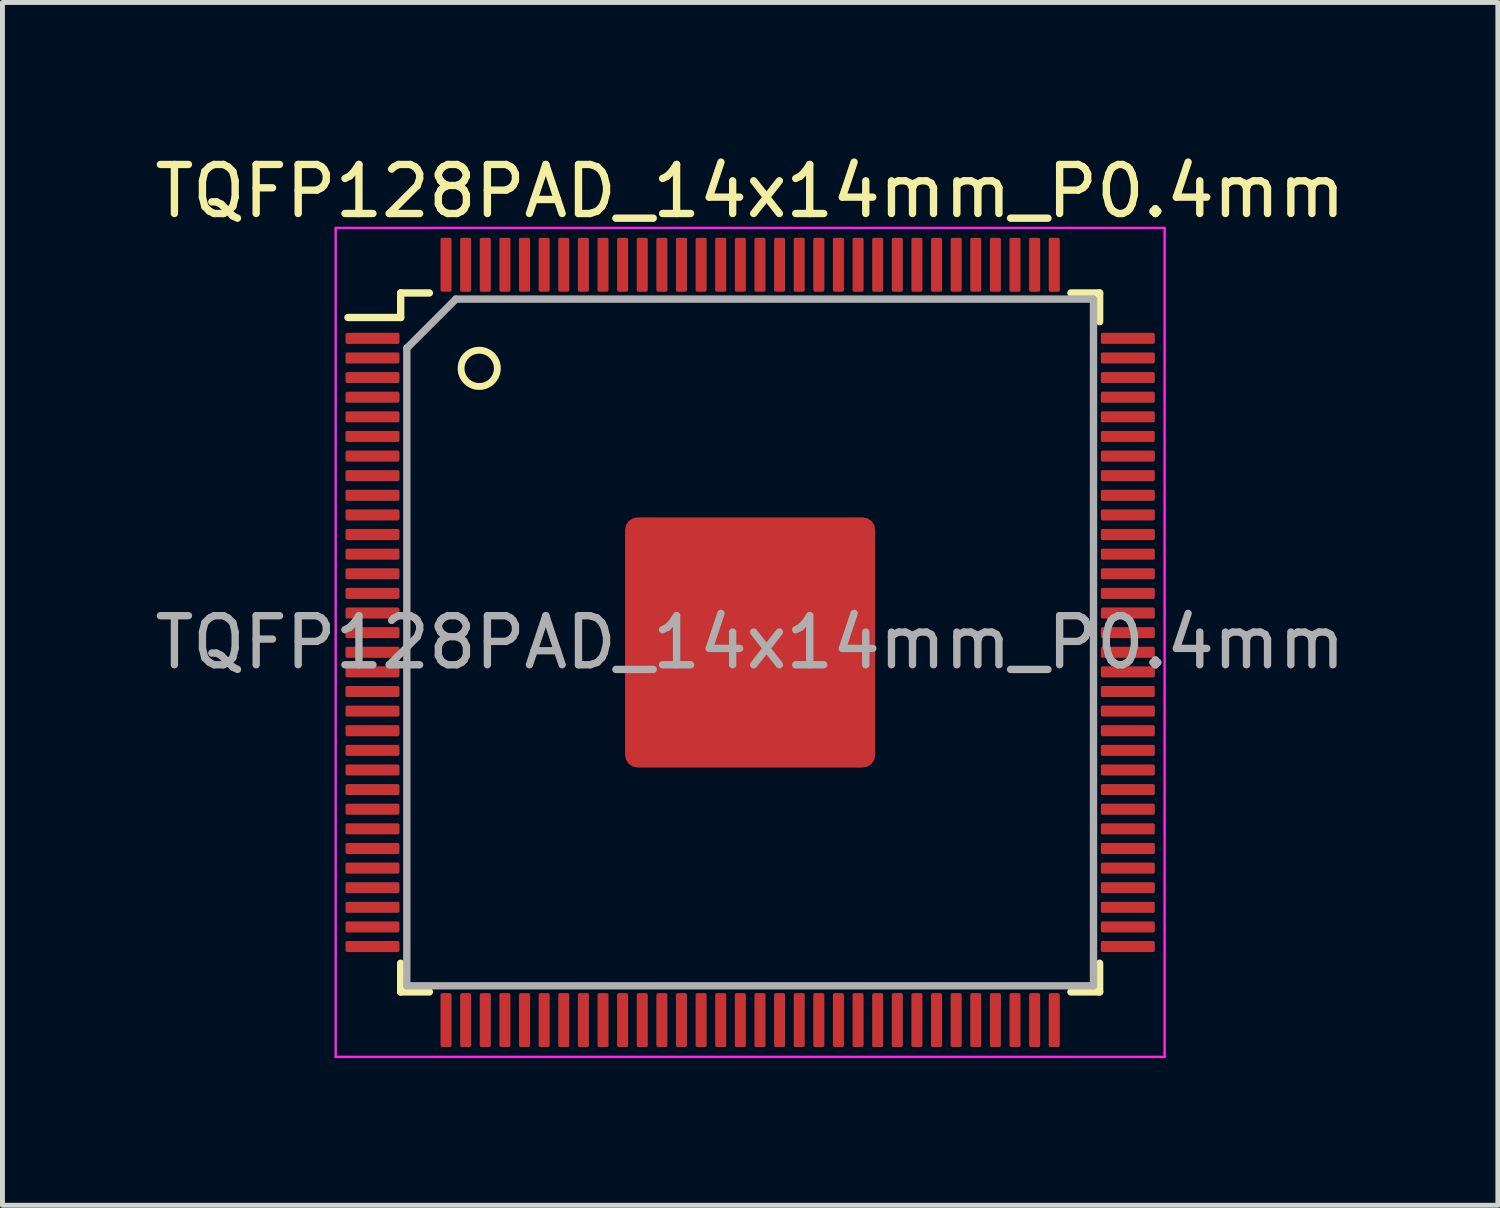
<source format=kicad_pcb>
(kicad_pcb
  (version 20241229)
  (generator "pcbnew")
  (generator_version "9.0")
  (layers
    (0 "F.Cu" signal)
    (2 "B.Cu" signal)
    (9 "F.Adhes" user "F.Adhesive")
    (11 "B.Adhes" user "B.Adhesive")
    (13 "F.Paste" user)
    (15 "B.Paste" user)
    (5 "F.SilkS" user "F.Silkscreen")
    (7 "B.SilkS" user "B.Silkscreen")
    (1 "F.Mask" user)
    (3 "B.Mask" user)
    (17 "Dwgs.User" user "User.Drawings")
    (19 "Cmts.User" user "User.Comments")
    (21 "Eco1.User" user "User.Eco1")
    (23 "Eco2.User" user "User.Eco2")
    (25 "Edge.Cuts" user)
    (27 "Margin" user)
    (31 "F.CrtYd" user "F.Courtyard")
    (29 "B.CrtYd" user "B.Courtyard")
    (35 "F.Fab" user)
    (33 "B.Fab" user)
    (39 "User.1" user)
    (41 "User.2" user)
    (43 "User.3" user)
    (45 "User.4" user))
  (footprint "TQFP128PAD_14x14mm_P0.4mm"
    (layer "F.Cu")
    (at 12.244 10.048)
    (property "Reference" "TQFP128PAD_14x14mm_P0.4mm" (at 0 -9.2 0) (layer "F.SilkS") (effects (font (size 1 1) (thickness 0.15))))
    (attr smd)
    (fp_line (start -7.125 -7.125) (end -7.125 -6.625) (stroke (width 0.15) (type solid)) (layer "F.SilkS"))
    (fp_line (start -7.125 -7.125) (end -6.54 -7.125) (stroke (width 0.15) (type solid)) (layer "F.SilkS"))
    (fp_line (start -7.125 -6.625) (end -8.2 -6.625) (stroke (width 0.15) (type solid)) (layer "F.SilkS"))
    (fp_line (start -7.125 7.125) (end -7.125 6.54) (stroke (width 0.15) (type solid)) (layer "F.SilkS"))
    (fp_line (start -7.125 7.125) (end -6.54 7.125) (stroke (width 0.15) (type solid)) (layer "F.SilkS"))
    (fp_line (start 7.125 -7.125) (end 6.54 -7.125) (stroke (width 0.15) (type solid)) (layer "F.SilkS"))
    (fp_line (start 7.125 -7.125) (end 7.125 -6.54) (stroke (width 0.15) (type solid)) (layer "F.SilkS"))
    (fp_line (start 7.125 7.125) (end 6.54 7.125) (stroke (width 0.15) (type solid)) (layer "F.SilkS"))
    (fp_line (start 7.125 7.125) (end 7.125 6.54) (stroke (width 0.15) (type solid)) (layer "F.SilkS"))
    (fp_circle (center -5.524 -5.588) (end -5.334 -5.271) (stroke (width 0.14) (type solid)) (fill no) (layer "F.SilkS"))
    (fp_line (start -8.45 -8.45) (end -8.45 8.45) (stroke (width 0.05) (type solid)) (layer "F.CrtYd"))
    (fp_line (start -8.45 -8.45) (end 8.45 -8.45) (stroke (width 0.05) (type solid)) (layer "F.CrtYd"))
    (fp_line (start -8.45 8.45) (end 8.45 8.45) (stroke (width 0.05) (type solid)) (layer "F.CrtYd"))
    (fp_line (start 8.45 -8.45) (end 8.45 8.45) (stroke (width 0.05) (type solid)) (layer "F.CrtYd"))
    (fp_line (start -7 -6) (end -6 -7) (stroke (width 0.15) (type solid)) (layer "F.Fab"))
    (fp_line (start -7 7) (end -7 -6) (stroke (width 0.15) (type solid)) (layer "F.Fab"))
    (fp_line (start -6 -7) (end 7 -7) (stroke (width 0.15) (type solid)) (layer "F.Fab"))
    (fp_line (start 7 -7) (end 7 7) (stroke (width 0.15) (type solid)) (layer "F.Fab"))
    (fp_line (start 7 7) (end -7 7) (stroke (width 0.15) (type solid)) (layer "F.Fab"))
    (fp_text user "${REFERENCE}" (at 0 0 0) (layer "F.Fab") (effects (font (size 1 1) (thickness 0.15))))
    (pad "1" smd roundrect (at -7.7 -6.2) (size 1.1 0.225) (layers "F.Cu" "F.Mask" "F.Paste") (roundrect_rratio 0.15))
    (pad "2" smd roundrect (at -7.7 -5.8) (size 1.1 0.225) (layers "F.Cu" "F.Mask" "F.Paste") (roundrect_rratio 0.15))
    (pad "3" smd roundrect (at -7.7 -5.4) (size 1.1 0.225) (layers "F.Cu" "F.Mask" "F.Paste") (roundrect_rratio 0.15))
    (pad "4" smd roundrect (at -7.7 -5) (size 1.1 0.225) (layers "F.Cu" "F.Mask" "F.Paste") (roundrect_rratio 0.15))
    (pad "5" smd roundrect (at -7.7 -4.6) (size 1.1 0.225) (layers "F.Cu" "F.Mask" "F.Paste") (roundrect_rratio 0.15))
    (pad "6" smd roundrect (at -7.7 -4.2) (size 1.1 0.225) (layers "F.Cu" "F.Mask" "F.Paste") (roundrect_rratio 0.15))
    (pad "7" smd roundrect (at -7.7 -3.8) (size 1.1 0.225) (layers "F.Cu" "F.Mask" "F.Paste") (roundrect_rratio 0.15))
    (pad "8" smd roundrect (at -7.7 -3.4) (size 1.1 0.225) (layers "F.Cu" "F.Mask" "F.Paste") (roundrect_rratio 0.15))
    (pad "9" smd roundrect (at -7.7 -3) (size 1.1 0.225) (layers "F.Cu" "F.Mask" "F.Paste") (roundrect_rratio 0.15))
    (pad "10" smd roundrect (at -7.7 -2.6) (size 1.1 0.225) (layers "F.Cu" "F.Mask" "F.Paste") (roundrect_rratio 0.15))
    (pad "11" smd roundrect (at -7.7 -2.2) (size 1.1 0.225) (layers "F.Cu" "F.Mask" "F.Paste") (roundrect_rratio 0.15))
    (pad "12" smd roundrect (at -7.7 -1.8) (size 1.1 0.225) (layers "F.Cu" "F.Mask" "F.Paste") (roundrect_rratio 0.15))
    (pad "13" smd roundrect (at -7.7 -1.4) (size 1.1 0.225) (layers "F.Cu" "F.Mask" "F.Paste") (roundrect_rratio 0.15))
    (pad "14" smd roundrect (at -7.7 -1) (size 1.1 0.225) (layers "F.Cu" "F.Mask" "F.Paste") (roundrect_rratio 0.15))
    (pad "15" smd roundrect (at -7.7 -0.6) (size 1.1 0.225) (layers "F.Cu" "F.Mask" "F.Paste") (roundrect_rratio 0.15))
    (pad "16" smd roundrect (at -7.7 -0.2) (size 1.1 0.225) (layers "F.Cu" "F.Mask" "F.Paste") (roundrect_rratio 0.15))
    (pad "17" smd roundrect (at -7.7 0.2) (size 1.1 0.225) (layers "F.Cu" "F.Mask" "F.Paste") (roundrect_rratio 0.15))
    (pad "18" smd roundrect (at -7.7 0.6) (size 1.1 0.225) (layers "F.Cu" "F.Mask" "F.Paste") (roundrect_rratio 0.15))
    (pad "19" smd roundrect (at -7.7 1) (size 1.1 0.225) (layers "F.Cu" "F.Mask" "F.Paste") (roundrect_rratio 0.15))
    (pad "20" smd roundrect (at -7.7 1.4) (size 1.1 0.225) (layers "F.Cu" "F.Mask" "F.Paste") (roundrect_rratio 0.15))
    (pad "21" smd roundrect (at -7.7 1.8) (size 1.1 0.225) (layers "F.Cu" "F.Mask" "F.Paste") (roundrect_rratio 0.15))
    (pad "22" smd roundrect (at -7.7 2.2) (size 1.1 0.225) (layers "F.Cu" "F.Mask" "F.Paste") (roundrect_rratio 0.15))
    (pad "23" smd roundrect (at -7.7 2.6) (size 1.1 0.225) (layers "F.Cu" "F.Mask" "F.Paste") (roundrect_rratio 0.15))
    (pad "24" smd roundrect (at -7.7 3) (size 1.1 0.225) (layers "F.Cu" "F.Mask" "F.Paste") (roundrect_rratio 0.15))
    (pad "25" smd roundrect (at -7.7 3.4) (size 1.1 0.225) (layers "F.Cu" "F.Mask" "F.Paste") (roundrect_rratio 0.15))
    (pad "26" smd roundrect (at -7.7 3.8) (size 1.1 0.225) (layers "F.Cu" "F.Mask" "F.Paste") (roundrect_rratio 0.15))
    (pad "27" smd roundrect (at -7.7 4.2) (size 1.1 0.225) (layers "F.Cu" "F.Mask" "F.Paste") (roundrect_rratio 0.15))
    (pad "28" smd roundrect (at -7.7 4.6) (size 1.1 0.225) (layers "F.Cu" "F.Mask" "F.Paste") (roundrect_rratio 0.15))
    (pad "29" smd roundrect (at -7.7 5) (size 1.1 0.225) (layers "F.Cu" "F.Mask" "F.Paste") (roundrect_rratio 0.15))
    (pad "30" smd roundrect (at -7.7 5.4) (size 1.1 0.225) (layers "F.Cu" "F.Mask" "F.Paste") (roundrect_rratio 0.15))
    (pad "31" smd roundrect (at -7.7 5.8) (size 1.1 0.225) (layers "F.Cu" "F.Mask" "F.Paste") (roundrect_rratio 0.15))
    (pad "32" smd roundrect (at -7.7 6.2) (size 1.1 0.225) (layers "F.Cu" "F.Mask" "F.Paste") (roundrect_rratio 0.15))
    (pad "33" smd roundrect (at -6.2 7.7 90) (size 1.1 0.225) (layers "F.Cu" "F.Mask" "F.Paste") (roundrect_rratio 0.15))
    (pad "34" smd roundrect (at -5.8 7.7 90) (size 1.1 0.225) (layers "F.Cu" "F.Mask" "F.Paste") (roundrect_rratio 0.15))
    (pad "35" smd roundrect (at -5.4 7.7 90) (size 1.1 0.225) (layers "F.Cu" "F.Mask" "F.Paste") (roundrect_rratio 0.15))
    (pad "36" smd roundrect (at -5 7.7 90) (size 1.1 0.225) (layers "F.Cu" "F.Mask" "F.Paste") (roundrect_rratio 0.15))
    (pad "37" smd roundrect (at -4.6 7.7 90) (size 1.1 0.225) (layers "F.Cu" "F.Mask" "F.Paste") (roundrect_rratio 0.15))
    (pad "38" smd roundrect (at -4.2 7.7 90) (size 1.1 0.225) (layers "F.Cu" "F.Mask" "F.Paste") (roundrect_rratio 0.15))
    (pad "39" smd roundrect (at -3.8 7.7 90) (size 1.1 0.225) (layers "F.Cu" "F.Mask" "F.Paste") (roundrect_rratio 0.15))
    (pad "40" smd roundrect (at -3.4 7.7 90) (size 1.1 0.225) (layers "F.Cu" "F.Mask" "F.Paste") (roundrect_rratio 0.15))
    (pad "41" smd roundrect (at -3 7.7 90) (size 1.1 0.225) (layers "F.Cu" "F.Mask" "F.Paste") (roundrect_rratio 0.15))
    (pad "42" smd roundrect (at -2.6 7.7 90) (size 1.1 0.225) (layers "F.Cu" "F.Mask" "F.Paste") (roundrect_rratio 0.15))
    (pad "43" smd roundrect (at -2.2 7.7 90) (size 1.1 0.225) (layers "F.Cu" "F.Mask" "F.Paste") (roundrect_rratio 0.15))
    (pad "44" smd roundrect (at -1.8 7.7 90) (size 1.1 0.225) (layers "F.Cu" "F.Mask" "F.Paste") (roundrect_rratio 0.15))
    (pad "45" smd roundrect (at -1.4 7.7 90) (size 1.1 0.225) (layers "F.Cu" "F.Mask" "F.Paste") (roundrect_rratio 0.15))
    (pad "46" smd roundrect (at -1 7.7 90) (size 1.1 0.225) (layers "F.Cu" "F.Mask" "F.Paste") (roundrect_rratio 0.15))
    (pad "47" smd roundrect (at -0.6 7.7 90) (size 1.1 0.225) (layers "F.Cu" "F.Mask" "F.Paste") (roundrect_rratio 0.15))
    (pad "48" smd roundrect (at -0.2 7.7 90) (size 1.1 0.225) (layers "F.Cu" "F.Mask" "F.Paste") (roundrect_rratio 0.15))
    (pad "49" smd roundrect (at 0.2 7.7 90) (size 1.1 0.225) (layers "F.Cu" "F.Mask" "F.Paste") (roundrect_rratio 0.15))
    (pad "50" smd roundrect (at 0.6 7.7 90) (size 1.1 0.225) (layers "F.Cu" "F.Mask" "F.Paste") (roundrect_rratio 0.15))
    (pad "51" smd roundrect (at 1 7.7 90) (size 1.1 0.225) (layers "F.Cu" "F.Mask" "F.Paste") (roundrect_rratio 0.15))
    (pad "52" smd roundrect (at 1.4 7.7 90) (size 1.1 0.225) (layers "F.Cu" "F.Mask" "F.Paste") (roundrect_rratio 0.15))
    (pad "53" smd roundrect (at 1.8 7.7 90) (size 1.1 0.225) (layers "F.Cu" "F.Mask" "F.Paste") (roundrect_rratio 0.15))
    (pad "54" smd roundrect (at 2.2 7.7 90) (size 1.1 0.225) (layers "F.Cu" "F.Mask" "F.Paste") (roundrect_rratio 0.15))
    (pad "55" smd roundrect (at 2.6 7.7 90) (size 1.1 0.225) (layers "F.Cu" "F.Mask" "F.Paste") (roundrect_rratio 0.15))
    (pad "56" smd roundrect (at 3 7.7 90) (size 1.1 0.225) (layers "F.Cu" "F.Mask" "F.Paste") (roundrect_rratio 0.15))
    (pad "57" smd roundrect (at 3.4 7.7 90) (size 1.1 0.225) (layers "F.Cu" "F.Mask" "F.Paste") (roundrect_rratio 0.15))
    (pad "58" smd roundrect (at 3.8 7.7 90) (size 1.1 0.225) (layers "F.Cu" "F.Mask" "F.Paste") (roundrect_rratio 0.15))
    (pad "59" smd roundrect (at 4.2 7.7 90) (size 1.1 0.225) (layers "F.Cu" "F.Mask" "F.Paste") (roundrect_rratio 0.15))
    (pad "60" smd roundrect (at 4.6 7.7 90) (size 1.1 0.225) (layers "F.Cu" "F.Mask" "F.Paste") (roundrect_rratio 0.15))
    (pad "61" smd roundrect (at 5 7.7 90) (size 1.1 0.225) (layers "F.Cu" "F.Mask" "F.Paste") (roundrect_rratio 0.15))
    (pad "62" smd roundrect (at 5.4 7.7 90) (size 1.1 0.225) (layers "F.Cu" "F.Mask" "F.Paste") (roundrect_rratio 0.15))
    (pad "63" smd roundrect (at 5.8 7.7 90) (size 1.1 0.225) (layers "F.Cu" "F.Mask" "F.Paste") (roundrect_rratio 0.15))
    (pad "64" smd roundrect (at 6.2 7.7 90) (size 1.1 0.225) (layers "F.Cu" "F.Mask" "F.Paste") (roundrect_rratio 0.15))
    (pad "65" smd roundrect (at 7.7 6.2) (size 1.1 0.225) (layers "F.Cu" "F.Mask" "F.Paste") (roundrect_rratio 0.15))
    (pad "66" smd roundrect (at 7.7 5.8) (size 1.1 0.225) (layers "F.Cu" "F.Mask" "F.Paste") (roundrect_rratio 0.15))
    (pad "67" smd roundrect (at 7.7 5.4) (size 1.1 0.225) (layers "F.Cu" "F.Mask" "F.Paste") (roundrect_rratio 0.15))
    (pad "68" smd roundrect (at 7.7 5) (size 1.1 0.225) (layers "F.Cu" "F.Mask" "F.Paste") (roundrect_rratio 0.15))
    (pad "69" smd roundrect (at 7.7 4.6) (size 1.1 0.225) (layers "F.Cu" "F.Mask" "F.Paste") (roundrect_rratio 0.15))
    (pad "70" smd roundrect (at 7.7 4.2) (size 1.1 0.225) (layers "F.Cu" "F.Mask" "F.Paste") (roundrect_rratio 0.15))
    (pad "71" smd roundrect (at 7.7 3.8) (size 1.1 0.225) (layers "F.Cu" "F.Mask" "F.Paste") (roundrect_rratio 0.15))
    (pad "72" smd roundrect (at 7.7 3.4) (size 1.1 0.225) (layers "F.Cu" "F.Mask" "F.Paste") (roundrect_rratio 0.15))
    (pad "73" smd roundrect (at 7.7 3) (size 1.1 0.225) (layers "F.Cu" "F.Mask" "F.Paste") (roundrect_rratio 0.15))
    (pad "74" smd roundrect (at 7.7 2.6) (size 1.1 0.225) (layers "F.Cu" "F.Mask" "F.Paste") (roundrect_rratio 0.15))
    (pad "75" smd roundrect (at 7.7 2.2) (size 1.1 0.225) (layers "F.Cu" "F.Mask" "F.Paste") (roundrect_rratio 0.15))
    (pad "76" smd roundrect (at 7.7 1.8) (size 1.1 0.225) (layers "F.Cu" "F.Mask" "F.Paste") (roundrect_rratio 0.15))
    (pad "77" smd roundrect (at 7.7 1.4) (size 1.1 0.225) (layers "F.Cu" "F.Mask" "F.Paste") (roundrect_rratio 0.15))
    (pad "78" smd roundrect (at 7.7 1) (size 1.1 0.225) (layers "F.Cu" "F.Mask" "F.Paste") (roundrect_rratio 0.15))
    (pad "79" smd roundrect (at 7.7 0.6) (size 1.1 0.225) (layers "F.Cu" "F.Mask" "F.Paste") (roundrect_rratio 0.15))
    (pad "80" smd roundrect (at 7.7 0.2) (size 1.1 0.225) (layers "F.Cu" "F.Mask" "F.Paste") (roundrect_rratio 0.15))
    (pad "81" smd roundrect (at 7.7 -0.2) (size 1.1 0.225) (layers "F.Cu" "F.Mask" "F.Paste") (roundrect_rratio 0.15))
    (pad "82" smd roundrect (at 7.7 -0.6) (size 1.1 0.225) (layers "F.Cu" "F.Mask" "F.Paste") (roundrect_rratio 0.15))
    (pad "83" smd roundrect (at 7.7 -1) (size 1.1 0.225) (layers "F.Cu" "F.Mask" "F.Paste") (roundrect_rratio 0.15))
    (pad "84" smd roundrect (at 7.7 -1.4) (size 1.1 0.225) (layers "F.Cu" "F.Mask" "F.Paste") (roundrect_rratio 0.15))
    (pad "85" smd roundrect (at 7.7 -1.8) (size 1.1 0.225) (layers "F.Cu" "F.Mask" "F.Paste") (roundrect_rratio 0.15))
    (pad "86" smd roundrect (at 7.7 -2.2) (size 1.1 0.225) (layers "F.Cu" "F.Mask" "F.Paste") (roundrect_rratio 0.15))
    (pad "87" smd roundrect (at 7.7 -2.6) (size 1.1 0.225) (layers "F.Cu" "F.Mask" "F.Paste") (roundrect_rratio 0.15))
    (pad "88" smd roundrect (at 7.7 -3) (size 1.1 0.225) (layers "F.Cu" "F.Mask" "F.Paste") (roundrect_rratio 0.15))
    (pad "89" smd roundrect (at 7.7 -3.4) (size 1.1 0.225) (layers "F.Cu" "F.Mask" "F.Paste") (roundrect_rratio 0.15))
    (pad "90" smd roundrect (at 7.7 -3.8) (size 1.1 0.225) (layers "F.Cu" "F.Mask" "F.Paste") (roundrect_rratio 0.15))
    (pad "91" smd roundrect (at 7.7 -4.2) (size 1.1 0.225) (layers "F.Cu" "F.Mask" "F.Paste") (roundrect_rratio 0.15))
    (pad "92" smd roundrect (at 7.7 -4.6) (size 1.1 0.225) (layers "F.Cu" "F.Mask" "F.Paste") (roundrect_rratio 0.15))
    (pad "93" smd roundrect (at 7.7 -5) (size 1.1 0.225) (layers "F.Cu" "F.Mask" "F.Paste") (roundrect_rratio 0.15))
    (pad "94" smd roundrect (at 7.7 -5.4) (size 1.1 0.225) (layers "F.Cu" "F.Mask" "F.Paste") (roundrect_rratio 0.15))
    (pad "95" smd roundrect (at 7.7 -5.8) (size 1.1 0.225) (layers "F.Cu" "F.Mask" "F.Paste") (roundrect_rratio 0.15))
    (pad "96" smd roundrect (at 7.7 -6.2) (size 1.1 0.225) (layers "F.Cu" "F.Mask" "F.Paste") (roundrect_rratio 0.15))
    (pad "97" smd roundrect (at 6.2 -7.7 90) (size 1.1 0.225) (layers "F.Cu" "F.Mask" "F.Paste") (roundrect_rratio 0.15))
    (pad "98" smd roundrect (at 5.8 -7.7 90) (size 1.1 0.225) (layers "F.Cu" "F.Mask" "F.Paste") (roundrect_rratio 0.15))
    (pad "99" smd roundrect (at 5.4 -7.7 90) (size 1.1 0.225) (layers "F.Cu" "F.Mask" "F.Paste") (roundrect_rratio 0.15))
    (pad "100" smd roundrect (at 5 -7.7 90) (size 1.1 0.225) (layers "F.Cu" "F.Mask" "F.Paste") (roundrect_rratio 0.15))
    (pad "101" smd roundrect (at 4.6 -7.7 90) (size 1.1 0.225) (layers "F.Cu" "F.Mask" "F.Paste") (roundrect_rratio 0.15))
    (pad "102" smd roundrect (at 4.2 -7.7 90) (size 1.1 0.225) (layers "F.Cu" "F.Mask" "F.Paste") (roundrect_rratio 0.15))
    (pad "103" smd roundrect (at 3.8 -7.7 90) (size 1.1 0.225) (layers "F.Cu" "F.Mask" "F.Paste") (roundrect_rratio 0.15))
    (pad "104" smd roundrect (at 3.4 -7.7 90) (size 1.1 0.225) (layers "F.Cu" "F.Mask" "F.Paste") (roundrect_rratio 0.15))
    (pad "105" smd roundrect (at 3 -7.7 90) (size 1.1 0.225) (layers "F.Cu" "F.Mask" "F.Paste") (roundrect_rratio 0.15))
    (pad "106" smd roundrect (at 2.6 -7.7 90) (size 1.1 0.225) (layers "F.Cu" "F.Mask" "F.Paste") (roundrect_rratio 0.15))
    (pad "107" smd roundrect (at 2.2 -7.7 90) (size 1.1 0.225) (layers "F.Cu" "F.Mask" "F.Paste") (roundrect_rratio 0.15))
    (pad "108" smd roundrect (at 1.8 -7.7 90) (size 1.1 0.225) (layers "F.Cu" "F.Mask" "F.Paste") (roundrect_rratio 0.15))
    (pad "109" smd roundrect (at 1.4 -7.7 90) (size 1.1 0.225) (layers "F.Cu" "F.Mask" "F.Paste") (roundrect_rratio 0.15))
    (pad "110" smd roundrect (at 1 -7.7 90) (size 1.1 0.225) (layers "F.Cu" "F.Mask" "F.Paste") (roundrect_rratio 0.15))
    (pad "111" smd roundrect (at 0.6 -7.7 90) (size 1.1 0.225) (layers "F.Cu" "F.Mask" "F.Paste") (roundrect_rratio 0.15))
    (pad "112" smd roundrect (at 0.2 -7.7 90) (size 1.1 0.225) (layers "F.Cu" "F.Mask" "F.Paste") (roundrect_rratio 0.15))
    (pad "113" smd roundrect (at -0.2 -7.7 90) (size 1.1 0.225) (layers "F.Cu" "F.Mask" "F.Paste") (roundrect_rratio 0.15))
    (pad "114" smd roundrect (at -0.6 -7.7 90) (size 1.1 0.225) (layers "F.Cu" "F.Mask" "F.Paste") (roundrect_rratio 0.15))
    (pad "115" smd roundrect (at -1 -7.7 90) (size 1.1 0.225) (layers "F.Cu" "F.Mask" "F.Paste") (roundrect_rratio 0.15))
    (pad "116" smd roundrect (at -1.4 -7.7 90) (size 1.1 0.225) (layers "F.Cu" "F.Mask" "F.Paste") (roundrect_rratio 0.15))
    (pad "117" smd roundrect (at -1.8 -7.7 90) (size 1.1 0.225) (layers "F.Cu" "F.Mask" "F.Paste") (roundrect_rratio 0.15))
    (pad "118" smd roundrect (at -2.2 -7.7 90) (size 1.1 0.225) (layers "F.Cu" "F.Mask" "F.Paste") (roundrect_rratio 0.15))
    (pad "119" smd roundrect (at -2.6 -7.7 90) (size 1.1 0.225) (layers "F.Cu" "F.Mask" "F.Paste") (roundrect_rratio 0.15))
    (pad "120" smd roundrect (at -3 -7.7 90) (size 1.1 0.225) (layers "F.Cu" "F.Mask" "F.Paste") (roundrect_rratio 0.15))
    (pad "121" smd roundrect (at -3.4 -7.7 90) (size 1.1 0.225) (layers "F.Cu" "F.Mask" "F.Paste") (roundrect_rratio 0.15))
    (pad "122" smd roundrect (at -3.8 -7.7 90) (size 1.1 0.225) (layers "F.Cu" "F.Mask" "F.Paste") (roundrect_rratio 0.15))
    (pad "123" smd roundrect (at -4.2 -7.7 90) (size 1.1 0.225) (layers "F.Cu" "F.Mask" "F.Paste") (roundrect_rratio 0.15))
    (pad "124" smd roundrect (at -4.6 -7.7 90) (size 1.1 0.225) (layers "F.Cu" "F.Mask" "F.Paste") (roundrect_rratio 0.15))
    (pad "125" smd roundrect (at -5 -7.7 90) (size 1.1 0.225) (layers "F.Cu" "F.Mask" "F.Paste") (roundrect_rratio 0.15))
    (pad "126" smd roundrect (at -5.4 -7.7 90) (size 1.1 0.225) (layers "F.Cu" "F.Mask" "F.Paste") (roundrect_rratio 0.15))
    (pad "127" smd roundrect (at -5.8 -7.7 90) (size 1.1 0.225) (layers "F.Cu" "F.Mask" "F.Paste") (roundrect_rratio 0.15))
    (pad "128" smd roundrect (at -6.2 -7.7 90) (size 1.1 0.225) (layers "F.Cu" "F.Mask" "F.Paste") (roundrect_rratio 0.15))
    (pad "129" smd roundrect (at 0 0) (size 5.1 5.1) (layers "F.Cu" "F.Mask" "F.Paste") (roundrect_rratio 0.05)))
  (gr_rect
    (start -3 -3)
    (end 27.488 21.523)
    (stroke (width 0.1) (type default))
    (fill no)
    (layer "Edge.Cuts")))
</source>
